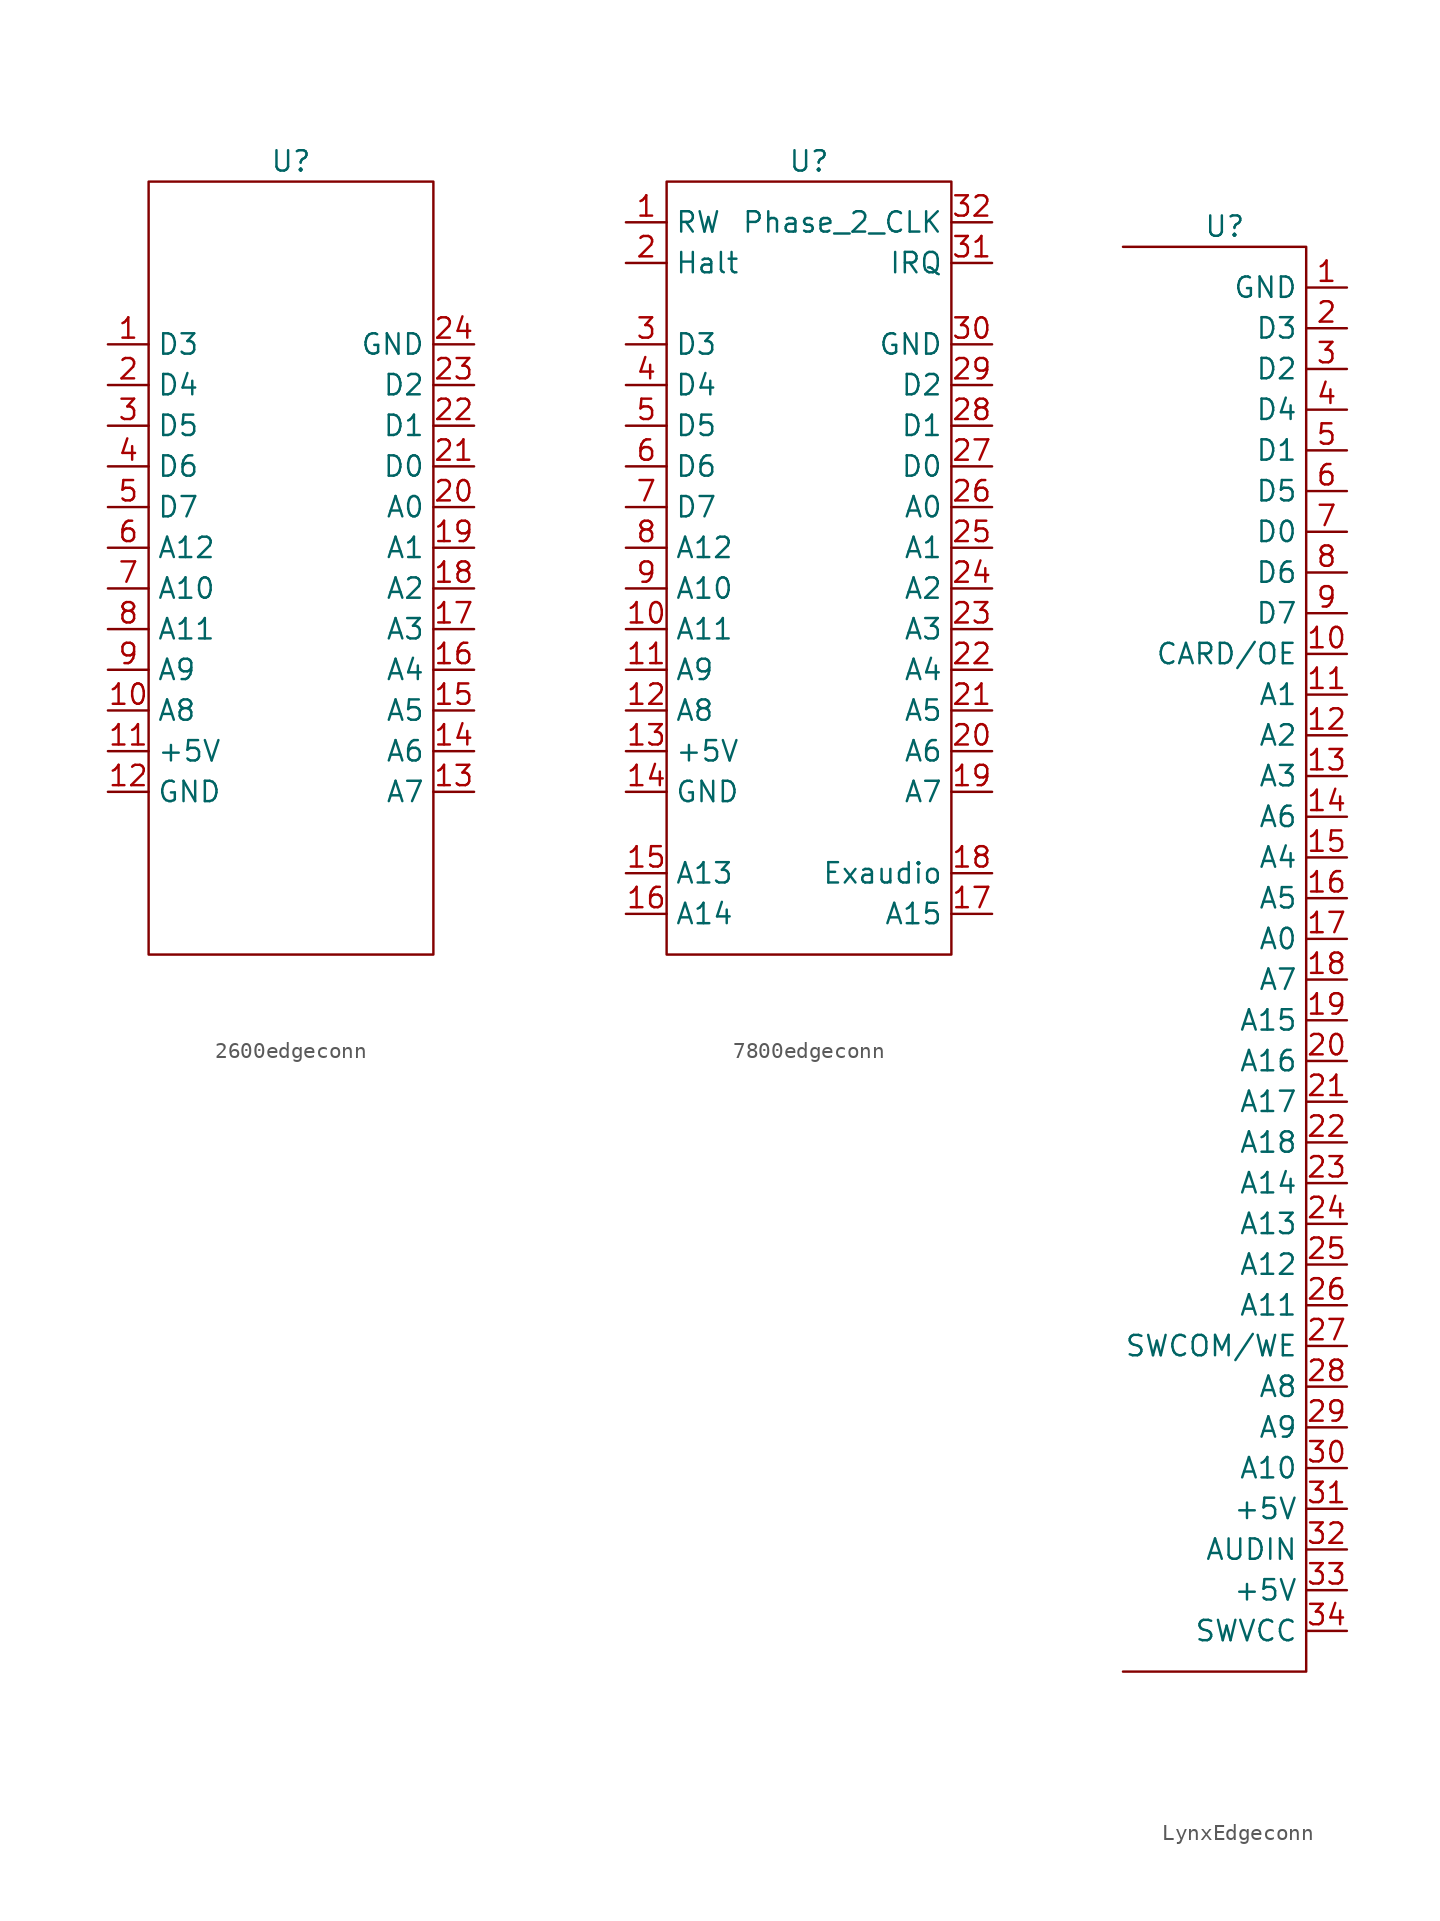
<source format=kicad_sym>
(kicad_symbol_lib
  (version 20220914)
  (generator kicad_symbol_editor)
  (symbol "2600edgeconn"
    (property "Reference" "U"
      (at 0 25.4 0)
      (effects (font (size 1.27 1.27))))
    (property "Value" ""
      (at 0 25.4 0)
      (effects (font (size 1.27 1.27))))
    (symbol "2600edgeconn_0_1"
      (rectangle (start -8.89 24.13) (end 8.89 -24.13) (stroke (width 0) (type default)) (fill (type none))))
    (symbol "2600edgeconn_1_1"
      (pin bidirectional line (at -11.43 13.97 0) (length 2.54) (name "D3" (effects (font (size 1.27 1.27)))) (number "1" (effects (font (size 1.27 1.27)))))
      (pin input line (at -11.43 -8.89 0) (length 2.54) (name "A8" (effects (font (size 1.27 1.27)))) (number "10" (effects (font (size 1.27 1.27)))))
      (pin power_in line (at -11.43 -11.43 0) (length 2.54) (name "+5V" (effects (font (size 1.27 1.27)))) (number "11" (effects (font (size 1.27 1.27)))))
      (pin power_in line (at -11.43 -13.97 0) (length 2.54) (name "GND" (effects (font (size 1.27 1.27)))) (number "12" (effects (font (size 1.27 1.27)))))
      (pin input line (at 11.43 -13.97 180) (length 2.54) (name "A7" (effects (font (size 1.27 1.27)))) (number "13" (effects (font (size 1.27 1.27)))))
      (pin input line (at 11.43 -11.43 180) (length 2.54) (name "A6" (effects (font (size 1.27 1.27)))) (number "14" (effects (font (size 1.27 1.27)))))
      (pin input line (at 11.43 -8.89 180) (length 2.54) (name "A5" (effects (font (size 1.27 1.27)))) (number "15" (effects (font (size 1.27 1.27)))))
      (pin input line (at 11.43 -6.35 180) (length 2.54) (name "A4" (effects (font (size 1.27 1.27)))) (number "16" (effects (font (size 1.27 1.27)))))
      (pin input line (at 11.43 -3.81 180) (length 2.54) (name "A3" (effects (font (size 1.27 1.27)))) (number "17" (effects (font (size 1.27 1.27)))))
      (pin input line (at 11.43 -1.27 180) (length 2.54) (name "A2" (effects (font (size 1.27 1.27)))) (number "18" (effects (font (size 1.27 1.27)))))
      (pin input line (at 11.43 1.27 180) (length 2.54) (name "A1" (effects (font (size 1.27 1.27)))) (number "19" (effects (font (size 1.27 1.27)))))
      (pin bidirectional line (at -11.43 11.43 0) (length 2.54) (name "D4" (effects (font (size 1.27 1.27)))) (number "2" (effects (font (size 1.27 1.27)))))
      (pin input line (at 11.43 3.81 180) (length 2.54) (name "A0" (effects (font (size 1.27 1.27)))) (number "20" (effects (font (size 1.27 1.27)))))
      (pin bidirectional line (at 11.43 6.35 180) (length 2.54) (name "D0" (effects (font (size 1.27 1.27)))) (number "21" (effects (font (size 1.27 1.27)))))
      (pin bidirectional line (at 11.43 8.89 180) (length 2.54) (name "D1" (effects (font (size 1.27 1.27)))) (number "22" (effects (font (size 1.27 1.27)))))
      (pin bidirectional line (at 11.43 11.43 180) (length 2.54) (name "D2" (effects (font (size 1.27 1.27)))) (number "23" (effects (font (size 1.27 1.27)))))
      (pin power_in line (at 11.43 13.97 180) (length 2.54) (name "GND" (effects (font (size 1.27 1.27)))) (number "24" (effects (font (size 1.27 1.27)))))
      (pin bidirectional line (at -11.43 8.89 0) (length 2.54) (name "D5" (effects (font (size 1.27 1.27)))) (number "3" (effects (font (size 1.27 1.27)))))
      (pin bidirectional line (at -11.43 6.35 0) (length 2.54) (name "D6" (effects (font (size 1.27 1.27)))) (number "4" (effects (font (size 1.27 1.27)))))
      (pin bidirectional line (at -11.43 3.81 0) (length 2.54) (name "D7" (effects (font (size 1.27 1.27)))) (number "5" (effects (font (size 1.27 1.27)))))
      (pin input line (at -11.43 1.27 0) (length 2.54) (name "A12" (effects (font (size 1.27 1.27)))) (number "6" (effects (font (size 1.27 1.27)))))
      (pin input line (at -11.43 -1.27 0) (length 2.54) (name "A10" (effects (font (size 1.27 1.27)))) (number "7" (effects (font (size 1.27 1.27)))))
      (pin input line (at -11.43 -3.81 0) (length 2.54) (name "A11" (effects (font (size 1.27 1.27)))) (number "8" (effects (font (size 1.27 1.27)))))
      (pin input line (at -11.43 -6.35 0) (length 2.54) (name "A9" (effects (font (size 1.27 1.27)))) (number "9" (effects (font (size 1.27 1.27)))))))
  (symbol "7800edgeconn"
    (property "Reference" "U"
      (at 0 25.4 0)
      (effects (font (size 1.27 1.27))))
    (property "Value" ""
      (at 0 25.4 0)
      (effects (font (size 1.27 1.27))))
    (symbol "7800edgeconn_0_1"
      (rectangle (start -8.89 24.13) (end 8.89 -24.13) (stroke (width 0) (type default)) (fill (type none))))
    (symbol "7800edgeconn_1_1"
      (pin input line (at -11.43 21.59 0) (length 2.54) (name "RW" (effects (font (size 1.27 1.27)))) (number "1" (effects (font (size 1.27 1.27)))))
      (pin input line (at -11.43 -3.81 0) (length 2.54) (name "A11" (effects (font (size 1.27 1.27)))) (number "10" (effects (font (size 1.27 1.27)))))
      (pin input line (at -11.43 -6.35 0) (length 2.54) (name "A9" (effects (font (size 1.27 1.27)))) (number "11" (effects (font (size 1.27 1.27)))))
      (pin input line (at -11.43 -8.89 0) (length 2.54) (name "A8" (effects (font (size 1.27 1.27)))) (number "12" (effects (font (size 1.27 1.27)))))
      (pin power_in line (at -11.43 -11.43 0) (length 2.54) (name "+5V" (effects (font (size 1.27 1.27)))) (number "13" (effects (font (size 1.27 1.27)))))
      (pin power_in line (at -11.43 -13.97 0) (length 2.54) (name "GND" (effects (font (size 1.27 1.27)))) (number "14" (effects (font (size 1.27 1.27)))))
      (pin input line (at -11.43 -19.05 0) (length 2.54) (name "A13" (effects (font (size 1.27 1.27)))) (number "15" (effects (font (size 1.27 1.27)))))
      (pin input line (at -11.43 -21.59 0) (length 2.54) (name "A14" (effects (font (size 1.27 1.27)))) (number "16" (effects (font (size 1.27 1.27)))))
      (pin input line (at 11.43 -21.59 180) (length 2.54) (name "A15" (effects (font (size 1.27 1.27)))) (number "17" (effects (font (size 1.27 1.27)))))
      (pin output line (at 11.43 -19.05 180) (length 2.54) (name "Exaudio" (effects (font (size 1.27 1.27)))) (number "18" (effects (font (size 1.27 1.27)))))
      (pin input line (at 11.43 -13.97 180) (length 2.54) (name "A7" (effects (font (size 1.27 1.27)))) (number "19" (effects (font (size 1.27 1.27)))))
      (pin output line (at -11.43 19.05 0) (length 2.54) (name "Halt" (effects (font (size 1.27 1.27)))) (number "2" (effects (font (size 1.27 1.27)))))
      (pin input line (at 11.43 -11.43 180) (length 2.54) (name "A6" (effects (font (size 1.27 1.27)))) (number "20" (effects (font (size 1.27 1.27)))))
      (pin input line (at 11.43 -8.89 180) (length 2.54) (name "A5" (effects (font (size 1.27 1.27)))) (number "21" (effects (font (size 1.27 1.27)))))
      (pin input line (at 11.43 -6.35 180) (length 2.54) (name "A4" (effects (font (size 1.27 1.27)))) (number "22" (effects (font (size 1.27 1.27)))))
      (pin input line (at 11.43 -3.81 180) (length 2.54) (name "A3" (effects (font (size 1.27 1.27)))) (number "23" (effects (font (size 1.27 1.27)))))
      (pin input line (at 11.43 -1.27 180) (length 2.54) (name "A2" (effects (font (size 1.27 1.27)))) (number "24" (effects (font (size 1.27 1.27)))))
      (pin input line (at 11.43 1.27 180) (length 2.54) (name "A1" (effects (font (size 1.27 1.27)))) (number "25" (effects (font (size 1.27 1.27)))))
      (pin input line (at 11.43 3.81 180) (length 2.54) (name "A0" (effects (font (size 1.27 1.27)))) (number "26" (effects (font (size 1.27 1.27)))))
      (pin bidirectional line (at 11.43 6.35 180) (length 2.54) (name "D0" (effects (font (size 1.27 1.27)))) (number "27" (effects (font (size 1.27 1.27)))))
      (pin bidirectional line (at 11.43 8.89 180) (length 2.54) (name "D1" (effects (font (size 1.27 1.27)))) (number "28" (effects (font (size 1.27 1.27)))))
      (pin bidirectional line (at 11.43 11.43 180) (length 2.54) (name "D2" (effects (font (size 1.27 1.27)))) (number "29" (effects (font (size 1.27 1.27)))))
      (pin bidirectional line (at -11.43 13.97 0) (length 2.54) (name "D3" (effects (font (size 1.27 1.27)))) (number "3" (effects (font (size 1.27 1.27)))))
      (pin power_in line (at 11.43 13.97 180) (length 2.54) (name "GND" (effects (font (size 1.27 1.27)))) (number "30" (effects (font (size 1.27 1.27)))))
      (pin output line (at 11.43 19.05 180) (length 2.54) (name "IRQ" (effects (font (size 1.27 1.27)))) (number "31" (effects (font (size 1.27 1.27)))))
      (pin input line (at 11.43 21.59 180) (length 2.54) (name "Phase_2_CLK" (effects (font (size 1.27 1.27)))) (number "32" (effects (font (size 1.27 1.27)))))
      (pin bidirectional line (at -11.43 11.43 0) (length 2.54) (name "D4" (effects (font (size 1.27 1.27)))) (number "4" (effects (font (size 1.27 1.27)))))
      (pin bidirectional line (at -11.43 8.89 0) (length 2.54) (name "D5" (effects (font (size 1.27 1.27)))) (number "5" (effects (font (size 1.27 1.27)))))
      (pin bidirectional line (at -11.43 6.35 0) (length 2.54) (name "D6" (effects (font (size 1.27 1.27)))) (number "6" (effects (font (size 1.27 1.27)))))
      (pin bidirectional line (at -11.43 3.81 0) (length 2.54) (name "D7" (effects (font (size 1.27 1.27)))) (number "7" (effects (font (size 1.27 1.27)))))
      (pin input line (at -11.43 1.27 0) (length 2.54) (name "A12" (effects (font (size 1.27 1.27)))) (number "8" (effects (font (size 1.27 1.27)))))
      (pin input line (at -11.43 -1.27 0) (length 2.54) (name "A10" (effects (font (size 1.27 1.27)))) (number "9" (effects (font (size 1.27 1.27)))))))
  (symbol "LynxEdgeconn"
    (property "Reference" "U"
      (at 0 0 0)
      (effects (font (size 1.27 1.27))))
    (property "Value" ""
      (at 0 0 0)
      (effects (font (size 1.27 1.27))))
    (symbol "LynxEdgeconn_0_1"
      (polyline (pts (xy -6.35 -1.27) (xy 5.08 -1.27) (xy 5.08 -90.17) (xy -6.35 -90.17)) (stroke (width 0) (type default)) (fill (type none))))
    (symbol "LynxEdgeconn_1_1"
      (pin power_in line (at 7.62 -3.81 180) (length 2.54) (name "GND" (effects (font (size 1.27 1.27)))) (number "1" (effects (font (size 1.27 1.27)))))
      (pin input line (at 7.62 -26.67 180) (length 2.54) (name "CARD/OE" (effects (font (size 1.27 1.27)))) (number "10" (effects (font (size 1.27 1.27)))))
      (pin input line (at 7.62 -29.21 180) (length 2.54) (name "A1" (effects (font (size 1.27 1.27)))) (number "11" (effects (font (size 1.27 1.27)))))
      (pin input line (at 7.62 -31.75 180) (length 2.54) (name "A2" (effects (font (size 1.27 1.27)))) (number "12" (effects (font (size 1.27 1.27)))))
      (pin input line (at 7.62 -34.29 180) (length 2.54) (name "A3" (effects (font (size 1.27 1.27)))) (number "13" (effects (font (size 1.27 1.27)))))
      (pin input line (at 7.62 -36.83 180) (length 2.54) (name "A6" (effects (font (size 1.27 1.27)))) (number "14" (effects (font (size 1.27 1.27)))))
      (pin input line (at 7.62 -39.37 180) (length 2.54) (name "A4" (effects (font (size 1.27 1.27)))) (number "15" (effects (font (size 1.27 1.27)))))
      (pin input line (at 7.62 -41.91 180) (length 2.54) (name "A5" (effects (font (size 1.27 1.27)))) (number "16" (effects (font (size 1.27 1.27)))))
      (pin input line (at 7.62 -44.45 180) (length 2.54) (name "A0" (effects (font (size 1.27 1.27)))) (number "17" (effects (font (size 1.27 1.27)))))
      (pin input line (at 7.62 -46.99 180) (length 2.54) (name "A7" (effects (font (size 1.27 1.27)))) (number "18" (effects (font (size 1.27 1.27)))))
      (pin input line (at 7.62 -49.53 180) (length 2.54) (name "A15" (effects (font (size 1.27 1.27)))) (number "19" (effects (font (size 1.27 1.27)))))
      (pin bidirectional line (at 7.62 -6.35 180) (length 2.54) (name "D3" (effects (font (size 1.27 1.27)))) (number "2" (effects (font (size 1.27 1.27)))))
      (pin input line (at 7.62 -52.07 180) (length 2.54) (name "A16" (effects (font (size 1.27 1.27)))) (number "20" (effects (font (size 1.27 1.27)))))
      (pin input line (at 7.62 -54.61 180) (length 2.54) (name "A17" (effects (font (size 1.27 1.27)))) (number "21" (effects (font (size 1.27 1.27)))))
      (pin input line (at 7.62 -57.15 180) (length 2.54) (name "A18" (effects (font (size 1.27 1.27)))) (number "22" (effects (font (size 1.27 1.27)))))
      (pin input line (at 7.62 -59.69 180) (length 2.54) (name "A14" (effects (font (size 1.27 1.27)))) (number "23" (effects (font (size 1.27 1.27)))))
      (pin input line (at 7.62 -62.23 180) (length 2.54) (name "A13" (effects (font (size 1.27 1.27)))) (number "24" (effects (font (size 1.27 1.27)))))
      (pin input line (at 7.62 -64.77 180) (length 2.54) (name "A12" (effects (font (size 1.27 1.27)))) (number "25" (effects (font (size 1.27 1.27)))))
      (pin input line (at 7.62 -67.31 180) (length 2.54) (name "A11" (effects (font (size 1.27 1.27)))) (number "26" (effects (font (size 1.27 1.27)))))
      (pin input line (at 7.62 -69.85 180) (length 2.54) (name "SWCOM/WE" (effects (font (size 1.27 1.27)))) (number "27" (effects (font (size 1.27 1.27)))))
      (pin input line (at 7.62 -72.39 180) (length 2.54) (name "A8" (effects (font (size 1.27 1.27)))) (number "28" (effects (font (size 1.27 1.27)))))
      (pin input line (at 7.62 -74.93 180) (length 2.54) (name "A9" (effects (font (size 1.27 1.27)))) (number "29" (effects (font (size 1.27 1.27)))))
      (pin bidirectional line (at 7.62 -8.89 180) (length 2.54) (name "D2" (effects (font (size 1.27 1.27)))) (number "3" (effects (font (size 1.27 1.27)))))
      (pin input line (at 7.62 -77.47 180) (length 2.54) (name "A10" (effects (font (size 1.27 1.27)))) (number "30" (effects (font (size 1.27 1.27)))))
      (pin power_in line (at 7.62 -80.01 180) (length 2.54) (name "+5V" (effects (font (size 1.27 1.27)))) (number "31" (effects (font (size 1.27 1.27)))))
      (pin bidirectional line (at 7.62 -82.55 180) (length 2.54) (name "AUDIN" (effects (font (size 1.27 1.27)))) (number "32" (effects (font (size 1.27 1.27)))))
      (pin power_in line (at 7.62 -85.09 180) (length 2.54) (name "+5V" (effects (font (size 1.27 1.27)))) (number "33" (effects (font (size 1.27 1.27)))))
      (pin input line (at 7.62 -87.63 180) (length 2.54) (name "SWVCC" (effects (font (size 1.27 1.27)))) (number "34" (effects (font (size 1.27 1.27)))))
      (pin bidirectional line (at 7.62 -11.43 180) (length 2.54) (name "D4" (effects (font (size 1.27 1.27)))) (number "4" (effects (font (size 1.27 1.27)))))
      (pin bidirectional line (at 7.62 -13.97 180) (length 2.54) (name "D1" (effects (font (size 1.27 1.27)))) (number "5" (effects (font (size 1.27 1.27)))))
      (pin bidirectional line (at 7.62 -16.51 180) (length 2.54) (name "D5" (effects (font (size 1.27 1.27)))) (number "6" (effects (font (size 1.27 1.27)))))
      (pin bidirectional line (at 7.62 -19.05 180) (length 2.54) (name "D0" (effects (font (size 1.27 1.27)))) (number "7" (effects (font (size 1.27 1.27)))))
      (pin bidirectional line (at 7.62 -21.59 180) (length 2.54) (name "D6" (effects (font (size 1.27 1.27)))) (number "8" (effects (font (size 1.27 1.27)))))
      (pin bidirectional line (at 7.62 -24.13 180) (length 2.54) (name "D7" (effects (font (size 1.27 1.27)))) (number "9" (effects (font (size 1.27 1.27))))))))
</source>
